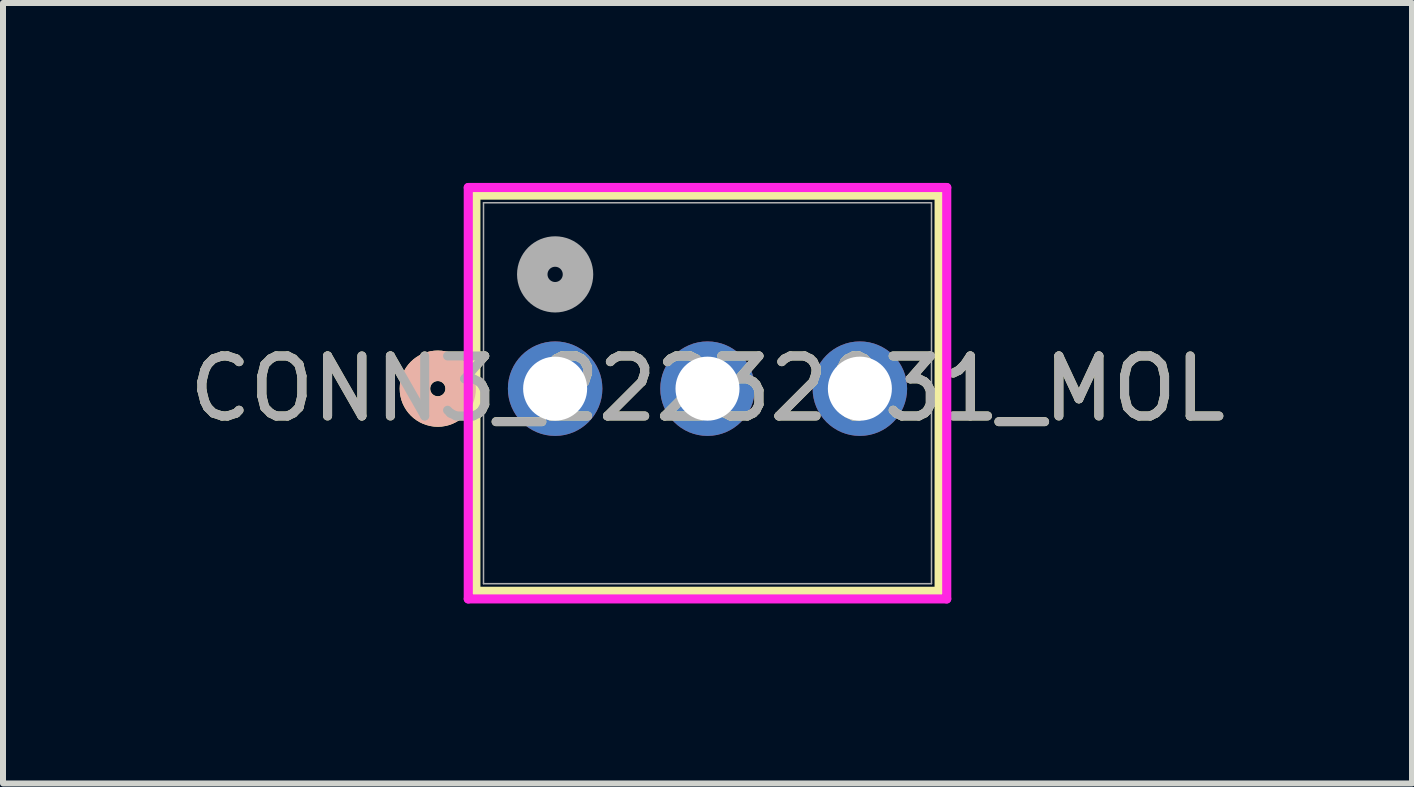
<source format=kicad_pcb>
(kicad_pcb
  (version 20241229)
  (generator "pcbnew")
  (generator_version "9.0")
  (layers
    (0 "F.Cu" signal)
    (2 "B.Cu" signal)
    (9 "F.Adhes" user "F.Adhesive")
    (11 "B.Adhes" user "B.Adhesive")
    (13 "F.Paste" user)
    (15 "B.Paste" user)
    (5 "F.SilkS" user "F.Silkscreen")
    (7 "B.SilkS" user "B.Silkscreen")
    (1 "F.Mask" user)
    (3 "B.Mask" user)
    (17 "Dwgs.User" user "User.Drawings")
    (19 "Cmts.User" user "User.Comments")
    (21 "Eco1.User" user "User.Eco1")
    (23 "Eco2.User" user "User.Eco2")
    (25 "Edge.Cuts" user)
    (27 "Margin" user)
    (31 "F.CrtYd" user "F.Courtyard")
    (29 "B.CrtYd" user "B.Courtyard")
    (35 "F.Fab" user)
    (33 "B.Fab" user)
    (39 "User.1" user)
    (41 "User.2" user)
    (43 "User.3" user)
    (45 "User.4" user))
  (footprint "CONN3_22232031_MOL"
    (layer "F.Cu")
    (at 6.204 3.429)
    (property "Reference" "CONN3_22232031_MOL" (at 2.54 0 0) (unlocked yes) (layer "F.SilkS") (effects (font (size 1 1) (thickness 0.15))))
    (attr through_hole)
    (fp_line (start -1.321 -3.226) (end -1.321 3.378) (stroke (width 0.152) (type solid)) (layer "F.SilkS"))
    (fp_line (start -1.321 3.378) (end 6.401 3.378) (stroke (width 0.152) (type solid)) (layer "F.SilkS"))
    (fp_line (start 6.401 -3.226) (end -1.321 -3.226) (stroke (width 0.152) (type solid)) (layer "F.SilkS"))
    (fp_line (start 6.401 3.378) (end 6.401 -3.226) (stroke (width 0.152) (type solid)) (layer "F.SilkS"))
    (fp_circle (center -1.956 0) (end -1.575 0) (stroke (width 0.508) (type solid)) (fill no) (layer "F.SilkS"))
    (fp_circle (center -1.956 0) (end -1.575 0) (stroke (width 0.508) (type solid)) (fill no) (layer "B.SilkS"))
    (fp_line (start -1.448 -3.353) (end -1.448 3.505) (stroke (width 0.152) (type solid)) (layer "F.CrtYd"))
    (fp_line (start -1.448 3.505) (end 6.528 3.505) (stroke (width 0.152) (type solid)) (layer "F.CrtYd"))
    (fp_line (start 6.528 -3.353) (end -1.448 -3.353) (stroke (width 0.152) (type solid)) (layer "F.CrtYd"))
    (fp_line (start 6.528 3.505) (end 6.528 -3.353) (stroke (width 0.152) (type solid)) (layer "F.CrtYd"))
    (fp_line (start -1.194 -3.099) (end -1.194 3.251) (stroke (width 0.025) (type solid)) (layer "F.Fab"))
    (fp_line (start -1.194 3.251) (end 6.274 3.251) (stroke (width 0.025) (type solid)) (layer "F.Fab"))
    (fp_line (start 6.274 -3.099) (end -1.194 -3.099) (stroke (width 0.025) (type solid)) (layer "F.Fab"))
    (fp_line (start 6.274 3.251) (end 6.274 -3.099) (stroke (width 0.025) (type solid)) (layer "F.Fab"))
    (fp_circle (center 0 -1.905) (end 0.381 -1.905) (stroke (width 0.508) (type solid)) (fill no) (layer "F.Fab"))
    (fp_text user "${REFERENCE}" (at 2.54 0 0) (unlocked yes) (layer "F.Fab") (effects (font (size 1 1) (thickness 0.15))))
    (pad "1" thru_hole circle (at 0 0) (size 1.575 1.575) (drill 1.067) (layers "*.Cu" "*.Mask"))
    (pad "2" thru_hole circle (at 2.54 0) (size 1.575 1.575) (drill 1.067) (layers "*.Cu" "*.Mask"))
    (pad "3" thru_hole circle (at 5.08 0) (size 1.575 1.575) (drill 1.067) (layers "*.Cu" "*.Mask")))
  (gr_rect
    (start -3 -3)
    (end 20.488 10.01)
    (stroke (width 0.1) (type default))
    (fill no)
    (layer "Edge.Cuts")))
</source>
